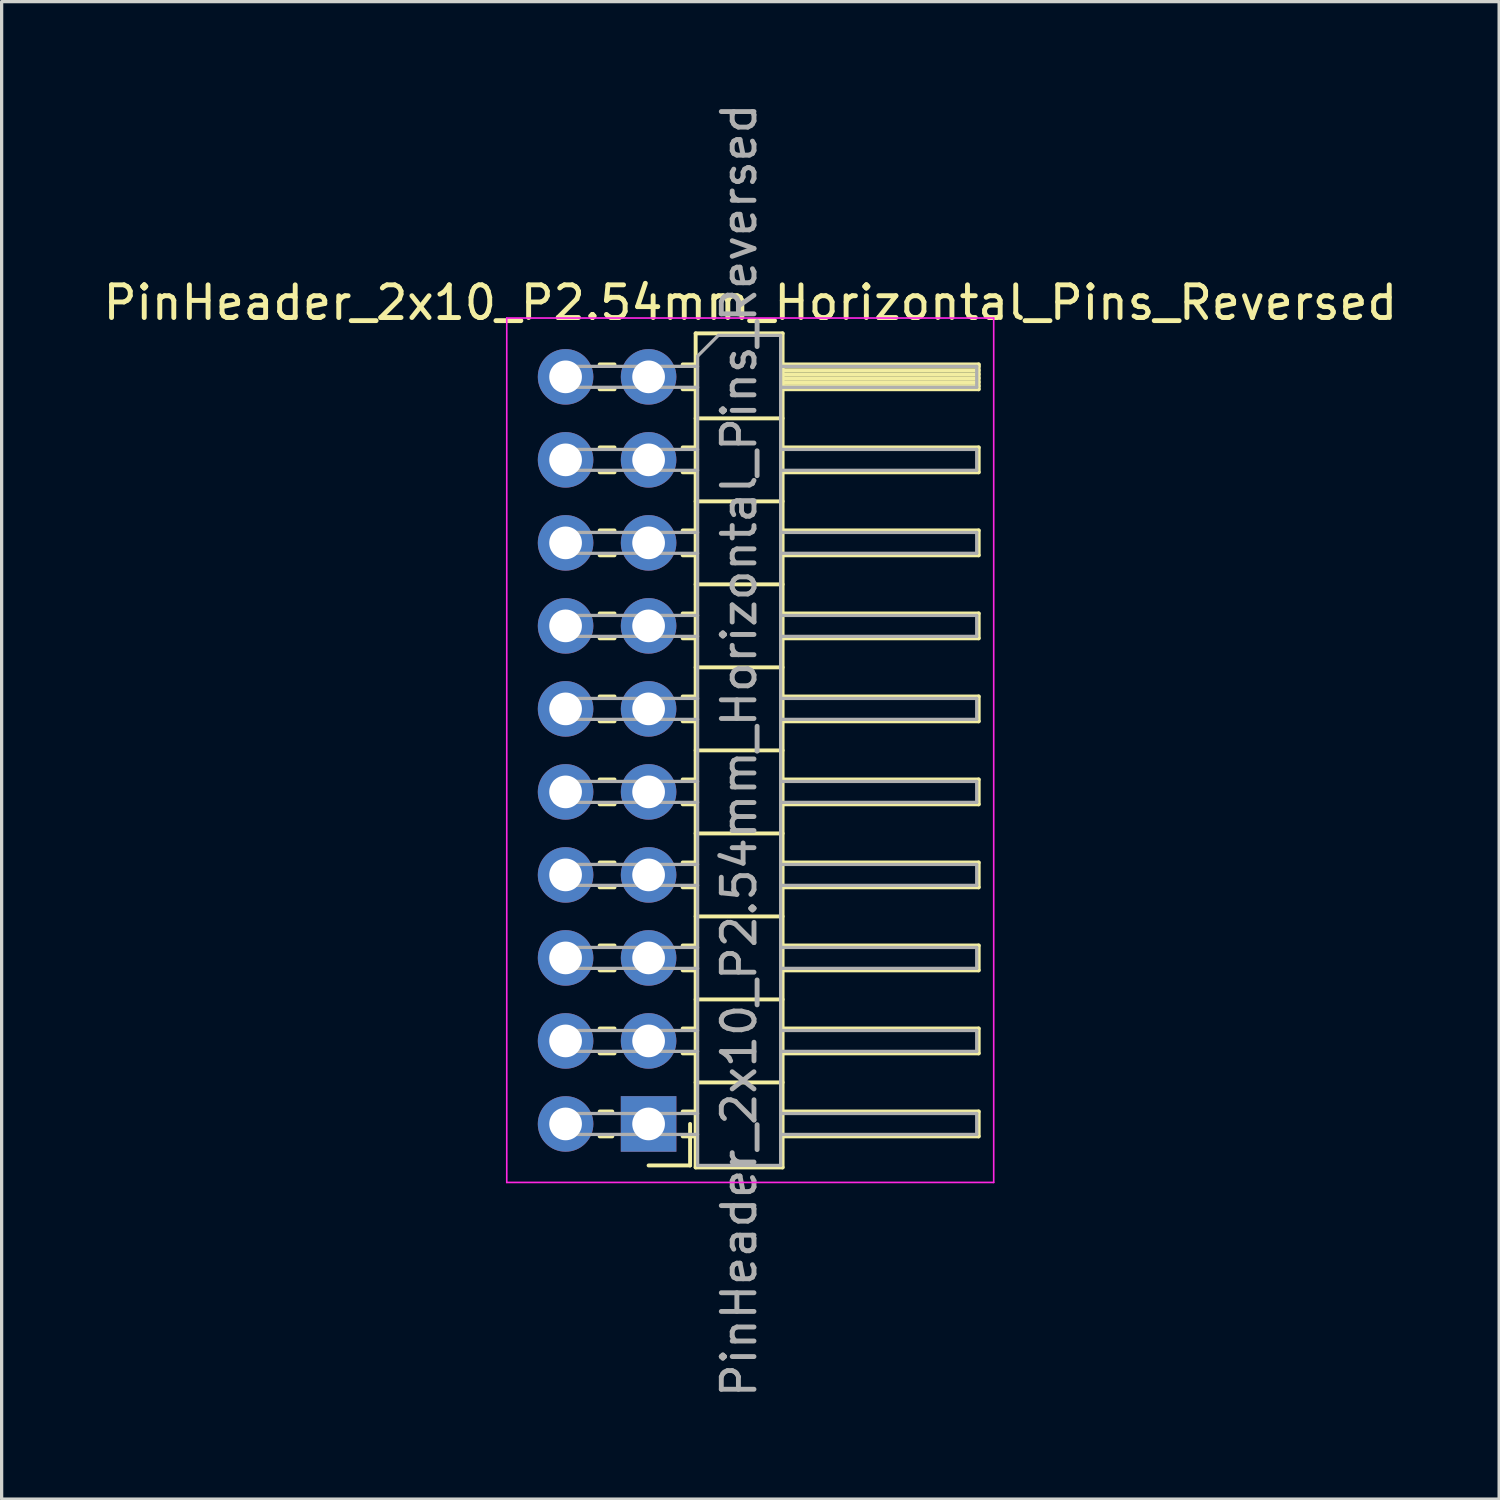
<source format=kicad_pcb>
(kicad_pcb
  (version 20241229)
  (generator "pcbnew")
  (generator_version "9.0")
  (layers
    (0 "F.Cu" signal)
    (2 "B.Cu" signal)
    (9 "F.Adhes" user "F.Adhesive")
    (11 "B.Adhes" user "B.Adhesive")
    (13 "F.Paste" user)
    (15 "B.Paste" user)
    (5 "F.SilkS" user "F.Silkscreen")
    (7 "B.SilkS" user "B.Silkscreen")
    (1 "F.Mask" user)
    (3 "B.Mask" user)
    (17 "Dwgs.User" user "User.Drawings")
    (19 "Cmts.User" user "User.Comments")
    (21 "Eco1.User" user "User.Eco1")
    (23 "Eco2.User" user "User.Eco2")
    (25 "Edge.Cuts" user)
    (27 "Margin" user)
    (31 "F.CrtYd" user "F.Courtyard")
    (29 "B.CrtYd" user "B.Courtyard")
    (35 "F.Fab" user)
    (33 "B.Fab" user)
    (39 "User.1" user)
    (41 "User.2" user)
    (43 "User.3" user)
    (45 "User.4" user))
  (footprint "PinHeader_2x10_P2.54mm_Horizontal_Pins_Reversed"
    (layer "F.Cu")
    (at 14.256 8.481)
    (property "Reference" "PinHeader_2x10_P2.54mm_Horizontal_Pins_Reversed" (at 5.655 -2.27 0) (layer "F.SilkS") (effects (font (size 1 1) (thickness 0.15))))
    (attr through_hole)
    (fp_line (start 1.43 22.48) (end 1.043 22.48) (stroke (width 0.12) (type solid)) (layer "F.SilkS"))
    (fp_line (start 1.43 23.24) (end 1.043 23.24) (stroke (width 0.12) (type solid)) (layer "F.SilkS"))
    (fp_line (start 1.497 -0.38) (end 1.043 -0.38) (stroke (width 0.12) (type solid)) (layer "F.SilkS"))
    (fp_line (start 1.497 0.38) (end 1.043 0.38) (stroke (width 0.12) (type solid)) (layer "F.SilkS"))
    (fp_line (start 1.497 2.16) (end 1.043 2.16) (stroke (width 0.12) (type solid)) (layer "F.SilkS"))
    (fp_line (start 1.497 2.92) (end 1.043 2.92) (stroke (width 0.12) (type solid)) (layer "F.SilkS"))
    (fp_line (start 1.497 4.7) (end 1.043 4.7) (stroke (width 0.12) (type solid)) (layer "F.SilkS"))
    (fp_line (start 1.497 5.46) (end 1.043 5.46) (stroke (width 0.12) (type solid)) (layer "F.SilkS"))
    (fp_line (start 1.497 7.24) (end 1.043 7.24) (stroke (width 0.12) (type solid)) (layer "F.SilkS"))
    (fp_line (start 1.497 8) (end 1.043 8) (stroke (width 0.12) (type solid)) (layer "F.SilkS"))
    (fp_line (start 1.497 9.78) (end 1.043 9.78) (stroke (width 0.12) (type solid)) (layer "F.SilkS"))
    (fp_line (start 1.497 10.54) (end 1.043 10.54) (stroke (width 0.12) (type solid)) (layer "F.SilkS"))
    (fp_line (start 1.497 12.32) (end 1.043 12.32) (stroke (width 0.12) (type solid)) (layer "F.SilkS"))
    (fp_line (start 1.497 13.08) (end 1.043 13.08) (stroke (width 0.12) (type solid)) (layer "F.SilkS"))
    (fp_line (start 1.497 14.86) (end 1.043 14.86) (stroke (width 0.12) (type solid)) (layer "F.SilkS"))
    (fp_line (start 1.497 15.62) (end 1.043 15.62) (stroke (width 0.12) (type solid)) (layer "F.SilkS"))
    (fp_line (start 1.497 17.4) (end 1.043 17.4) (stroke (width 0.12) (type solid)) (layer "F.SilkS"))
    (fp_line (start 1.497 18.16) (end 1.043 18.16) (stroke (width 0.12) (type solid)) (layer "F.SilkS"))
    (fp_line (start 1.497 19.94) (end 1.043 19.94) (stroke (width 0.12) (type solid)) (layer "F.SilkS"))
    (fp_line (start 1.497 20.7) (end 1.043 20.7) (stroke (width 0.12) (type solid)) (layer "F.SilkS"))
    (fp_line (start 3.583 -0.38) (end 3.98 -0.38) (stroke (width 0.12) (type solid)) (layer "F.SilkS"))
    (fp_line (start 3.583 0.38) (end 3.98 0.38) (stroke (width 0.12) (type solid)) (layer "F.SilkS"))
    (fp_line (start 3.583 2.16) (end 3.98 2.16) (stroke (width 0.12) (type solid)) (layer "F.SilkS"))
    (fp_line (start 3.583 2.92) (end 3.98 2.92) (stroke (width 0.12) (type solid)) (layer "F.SilkS"))
    (fp_line (start 3.583 4.7) (end 3.98 4.7) (stroke (width 0.12) (type solid)) (layer "F.SilkS"))
    (fp_line (start 3.583 5.46) (end 3.98 5.46) (stroke (width 0.12) (type solid)) (layer "F.SilkS"))
    (fp_line (start 3.583 7.24) (end 3.98 7.24) (stroke (width 0.12) (type solid)) (layer "F.SilkS"))
    (fp_line (start 3.583 8) (end 3.98 8) (stroke (width 0.12) (type solid)) (layer "F.SilkS"))
    (fp_line (start 3.583 9.78) (end 3.98 9.78) (stroke (width 0.12) (type solid)) (layer "F.SilkS"))
    (fp_line (start 3.583 10.54) (end 3.98 10.54) (stroke (width 0.12) (type solid)) (layer "F.SilkS"))
    (fp_line (start 3.583 12.32) (end 3.98 12.32) (stroke (width 0.12) (type solid)) (layer "F.SilkS"))
    (fp_line (start 3.583 13.08) (end 3.98 13.08) (stroke (width 0.12) (type solid)) (layer "F.SilkS"))
    (fp_line (start 3.583 14.86) (end 3.98 14.86) (stroke (width 0.12) (type solid)) (layer "F.SilkS"))
    (fp_line (start 3.583 15.62) (end 3.98 15.62) (stroke (width 0.12) (type solid)) (layer "F.SilkS"))
    (fp_line (start 3.583 17.4) (end 3.98 17.4) (stroke (width 0.12) (type solid)) (layer "F.SilkS"))
    (fp_line (start 3.583 18.16) (end 3.98 18.16) (stroke (width 0.12) (type solid)) (layer "F.SilkS"))
    (fp_line (start 3.583 19.94) (end 3.98 19.94) (stroke (width 0.12) (type solid)) (layer "F.SilkS"))
    (fp_line (start 3.583 20.7) (end 3.98 20.7) (stroke (width 0.12) (type solid)) (layer "F.SilkS"))
    (fp_line (start 3.583 22.48) (end 3.98 22.48) (stroke (width 0.12) (type solid)) (layer "F.SilkS"))
    (fp_line (start 3.583 23.24) (end 3.98 23.24) (stroke (width 0.12) (type solid)) (layer "F.SilkS"))
    (fp_line (start 3.81 22.86) (end 3.81 24.13) (stroke (width 0.12) (type solid)) (layer "F.SilkS"))
    (fp_line (start 3.81 24.13) (end 2.54 24.13) (stroke (width 0.12) (type solid)) (layer "F.SilkS"))
    (fp_line (start 3.98 -1.33) (end 3.98 24.19) (stroke (width 0.12) (type solid)) (layer "F.SilkS"))
    (fp_line (start 3.98 1.27) (end 6.64 1.27) (stroke (width 0.12) (type solid)) (layer "F.SilkS"))
    (fp_line (start 3.98 3.81) (end 6.64 3.81) (stroke (width 0.12) (type solid)) (layer "F.SilkS"))
    (fp_line (start 3.98 6.35) (end 6.64 6.35) (stroke (width 0.12) (type solid)) (layer "F.SilkS"))
    (fp_line (start 3.98 8.89) (end 6.64 8.89) (stroke (width 0.12) (type solid)) (layer "F.SilkS"))
    (fp_line (start 3.98 11.43) (end 6.64 11.43) (stroke (width 0.12) (type solid)) (layer "F.SilkS"))
    (fp_line (start 3.98 13.97) (end 6.64 13.97) (stroke (width 0.12) (type solid)) (layer "F.SilkS"))
    (fp_line (start 3.98 16.51) (end 6.64 16.51) (stroke (width 0.12) (type solid)) (layer "F.SilkS"))
    (fp_line (start 3.98 19.05) (end 6.64 19.05) (stroke (width 0.12) (type solid)) (layer "F.SilkS"))
    (fp_line (start 3.98 21.59) (end 6.64 21.59) (stroke (width 0.12) (type solid)) (layer "F.SilkS"))
    (fp_line (start 3.98 24.19) (end 6.64 24.19) (stroke (width 0.12) (type solid)) (layer "F.SilkS"))
    (fp_line (start 6.64 -1.33) (end 3.98 -1.33) (stroke (width 0.12) (type solid)) (layer "F.SilkS"))
    (fp_line (start 6.64 -0.38) (end 12.64 -0.38) (stroke (width 0.12) (type solid)) (layer "F.SilkS"))
    (fp_line (start 6.64 -0.32) (end 12.64 -0.32) (stroke (width 0.12) (type solid)) (layer "F.SilkS"))
    (fp_line (start 6.64 -0.2) (end 12.64 -0.2) (stroke (width 0.12) (type solid)) (layer "F.SilkS"))
    (fp_line (start 6.64 -0.08) (end 12.64 -0.08) (stroke (width 0.12) (type solid)) (layer "F.SilkS"))
    (fp_line (start 6.64 0.04) (end 12.64 0.04) (stroke (width 0.12) (type solid)) (layer "F.SilkS"))
    (fp_line (start 6.64 0.16) (end 12.64 0.16) (stroke (width 0.12) (type solid)) (layer "F.SilkS"))
    (fp_line (start 6.64 0.28) (end 12.64 0.28) (stroke (width 0.12) (type solid)) (layer "F.SilkS"))
    (fp_line (start 6.64 2.16) (end 12.64 2.16) (stroke (width 0.12) (type solid)) (layer "F.SilkS"))
    (fp_line (start 6.64 4.7) (end 12.64 4.7) (stroke (width 0.12) (type solid)) (layer "F.SilkS"))
    (fp_line (start 6.64 7.24) (end 12.64 7.24) (stroke (width 0.12) (type solid)) (layer "F.SilkS"))
    (fp_line (start 6.64 9.78) (end 12.64 9.78) (stroke (width 0.12) (type solid)) (layer "F.SilkS"))
    (fp_line (start 6.64 12.32) (end 12.64 12.32) (stroke (width 0.12) (type solid)) (layer "F.SilkS"))
    (fp_line (start 6.64 14.86) (end 12.64 14.86) (stroke (width 0.12) (type solid)) (layer "F.SilkS"))
    (fp_line (start 6.64 17.4) (end 12.64 17.4) (stroke (width 0.12) (type solid)) (layer "F.SilkS"))
    (fp_line (start 6.64 19.94) (end 12.64 19.94) (stroke (width 0.12) (type solid)) (layer "F.SilkS"))
    (fp_line (start 6.64 22.48) (end 12.64 22.48) (stroke (width 0.12) (type solid)) (layer "F.SilkS"))
    (fp_line (start 6.64 24.19) (end 6.64 -1.33) (stroke (width 0.12) (type solid)) (layer "F.SilkS"))
    (fp_line (start 12.64 -0.38) (end 12.64 0.38) (stroke (width 0.12) (type solid)) (layer "F.SilkS"))
    (fp_line (start 12.64 0.38) (end 6.64 0.38) (stroke (width 0.12) (type solid)) (layer "F.SilkS"))
    (fp_line (start 12.64 2.16) (end 12.64 2.92) (stroke (width 0.12) (type solid)) (layer "F.SilkS"))
    (fp_line (start 12.64 2.92) (end 6.64 2.92) (stroke (width 0.12) (type solid)) (layer "F.SilkS"))
    (fp_line (start 12.64 4.7) (end 12.64 5.46) (stroke (width 0.12) (type solid)) (layer "F.SilkS"))
    (fp_line (start 12.64 5.46) (end 6.64 5.46) (stroke (width 0.12) (type solid)) (layer "F.SilkS"))
    (fp_line (start 12.64 7.24) (end 12.64 8) (stroke (width 0.12) (type solid)) (layer "F.SilkS"))
    (fp_line (start 12.64 8) (end 6.64 8) (stroke (width 0.12) (type solid)) (layer "F.SilkS"))
    (fp_line (start 12.64 9.78) (end 12.64 10.54) (stroke (width 0.12) (type solid)) (layer "F.SilkS"))
    (fp_line (start 12.64 10.54) (end 6.64 10.54) (stroke (width 0.12) (type solid)) (layer "F.SilkS"))
    (fp_line (start 12.64 12.32) (end 12.64 13.08) (stroke (width 0.12) (type solid)) (layer "F.SilkS"))
    (fp_line (start 12.64 13.08) (end 6.64 13.08) (stroke (width 0.12) (type solid)) (layer "F.SilkS"))
    (fp_line (start 12.64 14.86) (end 12.64 15.62) (stroke (width 0.12) (type solid)) (layer "F.SilkS"))
    (fp_line (start 12.64 15.62) (end 6.64 15.62) (stroke (width 0.12) (type solid)) (layer "F.SilkS"))
    (fp_line (start 12.64 17.4) (end 12.64 18.16) (stroke (width 0.12) (type solid)) (layer "F.SilkS"))
    (fp_line (start 12.64 18.16) (end 6.64 18.16) (stroke (width 0.12) (type solid)) (layer "F.SilkS"))
    (fp_line (start 12.64 19.94) (end 12.64 20.7) (stroke (width 0.12) (type solid)) (layer "F.SilkS"))
    (fp_line (start 12.64 20.7) (end 6.64 20.7) (stroke (width 0.12) (type solid)) (layer "F.SilkS"))
    (fp_line (start 12.64 22.48) (end 12.64 23.24) (stroke (width 0.12) (type solid)) (layer "F.SilkS"))
    (fp_line (start 12.64 23.24) (end 6.64 23.24) (stroke (width 0.12) (type solid)) (layer "F.SilkS"))
    (fp_line (start -1.8 -1.8) (end -1.8 24.65) (stroke (width 0.05) (type solid)) (layer "F.CrtYd"))
    (fp_line (start -1.8 24.65) (end 13.1 24.65) (stroke (width 0.05) (type solid)) (layer "F.CrtYd"))
    (fp_line (start 13.1 -1.8) (end -1.8 -1.8) (stroke (width 0.05) (type solid)) (layer "F.CrtYd"))
    (fp_line (start 13.1 24.65) (end 13.1 -1.8) (stroke (width 0.05) (type solid)) (layer "F.CrtYd"))
    (fp_line (start -0.32 -0.32) (end 4.04 -0.32) (stroke (width 0.1) (type solid)) (layer "F.Fab"))
    (fp_line (start -0.32 0.32) (end 4.04 0.32) (stroke (width 0.1) (type solid)) (layer "F.Fab"))
    (fp_line (start -0.32 2.22) (end 4.04 2.22) (stroke (width 0.1) (type solid)) (layer "F.Fab"))
    (fp_line (start -0.32 2.86) (end 4.04 2.86) (stroke (width 0.1) (type solid)) (layer "F.Fab"))
    (fp_line (start -0.32 4.76) (end 4.04 4.76) (stroke (width 0.1) (type solid)) (layer "F.Fab"))
    (fp_line (start -0.32 5.4) (end 4.04 5.4) (stroke (width 0.1) (type solid)) (layer "F.Fab"))
    (fp_line (start -0.32 7.3) (end 4.04 7.3) (stroke (width 0.1) (type solid)) (layer "F.Fab"))
    (fp_line (start -0.32 7.94) (end 4.04 7.94) (stroke (width 0.1) (type solid)) (layer "F.Fab"))
    (fp_line (start -0.32 9.84) (end 4.04 9.84) (stroke (width 0.1) (type solid)) (layer "F.Fab"))
    (fp_line (start -0.32 10.48) (end 4.04 10.48) (stroke (width 0.1) (type solid)) (layer "F.Fab"))
    (fp_line (start -0.32 12.38) (end 4.04 12.38) (stroke (width 0.1) (type solid)) (layer "F.Fab"))
    (fp_line (start -0.32 13.02) (end 4.04 13.02) (stroke (width 0.1) (type solid)) (layer "F.Fab"))
    (fp_line (start -0.32 14.92) (end 4.04 14.92) (stroke (width 0.1) (type solid)) (layer "F.Fab"))
    (fp_line (start -0.32 15.56) (end 4.04 15.56) (stroke (width 0.1) (type solid)) (layer "F.Fab"))
    (fp_line (start -0.32 17.46) (end 4.04 17.46) (stroke (width 0.1) (type solid)) (layer "F.Fab"))
    (fp_line (start -0.32 18.1) (end 4.04 18.1) (stroke (width 0.1) (type solid)) (layer "F.Fab"))
    (fp_line (start -0.32 20) (end 4.04 20) (stroke (width 0.1) (type solid)) (layer "F.Fab"))
    (fp_line (start -0.32 20.64) (end 4.04 20.64) (stroke (width 0.1) (type solid)) (layer "F.Fab"))
    (fp_line (start -0.32 22.54) (end 4.04 22.54) (stroke (width 0.1) (type solid)) (layer "F.Fab"))
    (fp_line (start -0.32 23.18) (end 4.04 23.18) (stroke (width 0.1) (type solid)) (layer "F.Fab"))
    (fp_line (start 2.86 0.32) (end 2.86 -0.32) (stroke (width 0.1) (type solid)) (layer "F.Fab"))
    (fp_line (start 2.86 2.86) (end 2.86 2.22) (stroke (width 0.1) (type solid)) (layer "F.Fab"))
    (fp_line (start 2.86 5.4) (end 2.86 4.76) (stroke (width 0.1) (type solid)) (layer "F.Fab"))
    (fp_line (start 2.86 7.94) (end 2.86 7.3) (stroke (width 0.1) (type solid)) (layer "F.Fab"))
    (fp_line (start 2.86 10.48) (end 2.86 9.84) (stroke (width 0.1) (type solid)) (layer "F.Fab"))
    (fp_line (start 2.86 13.02) (end 2.86 12.38) (stroke (width 0.1) (type solid)) (layer "F.Fab"))
    (fp_line (start 2.86 15.56) (end 2.86 14.92) (stroke (width 0.1) (type solid)) (layer "F.Fab"))
    (fp_line (start 2.86 18.1) (end 2.86 17.46) (stroke (width 0.1) (type solid)) (layer "F.Fab"))
    (fp_line (start 2.86 20.64) (end 2.86 20) (stroke (width 0.1) (type solid)) (layer "F.Fab"))
    (fp_line (start 2.86 23.18) (end 2.86 22.54) (stroke (width 0.1) (type solid)) (layer "F.Fab"))
    (fp_line (start 4.04 -0.635) (end 4.675 -1.27) (stroke (width 0.1) (type solid)) (layer "F.Fab"))
    (fp_line (start 4.04 24.13) (end 4.04 -0.635) (stroke (width 0.1) (type solid)) (layer "F.Fab"))
    (fp_line (start 4.675 -1.27) (end 6.58 -1.27) (stroke (width 0.1) (type solid)) (layer "F.Fab"))
    (fp_line (start 6.58 -1.27) (end 6.58 24.13) (stroke (width 0.1) (type solid)) (layer "F.Fab"))
    (fp_line (start 6.58 -0.32) (end 12.58 -0.32) (stroke (width 0.1) (type solid)) (layer "F.Fab"))
    (fp_line (start 6.58 0.32) (end 12.58 0.32) (stroke (width 0.1) (type solid)) (layer "F.Fab"))
    (fp_line (start 6.58 2.22) (end 12.58 2.22) (stroke (width 0.1) (type solid)) (layer "F.Fab"))
    (fp_line (start 6.58 2.86) (end 12.58 2.86) (stroke (width 0.1) (type solid)) (layer "F.Fab"))
    (fp_line (start 6.58 4.76) (end 12.58 4.76) (stroke (width 0.1) (type solid)) (layer "F.Fab"))
    (fp_line (start 6.58 5.4) (end 12.58 5.4) (stroke (width 0.1) (type solid)) (layer "F.Fab"))
    (fp_line (start 6.58 7.3) (end 12.58 7.3) (stroke (width 0.1) (type solid)) (layer "F.Fab"))
    (fp_line (start 6.58 7.94) (end 12.58 7.94) (stroke (width 0.1) (type solid)) (layer "F.Fab"))
    (fp_line (start 6.58 9.84) (end 12.58 9.84) (stroke (width 0.1) (type solid)) (layer "F.Fab"))
    (fp_line (start 6.58 10.48) (end 12.58 10.48) (stroke (width 0.1) (type solid)) (layer "F.Fab"))
    (fp_line (start 6.58 12.38) (end 12.58 12.38) (stroke (width 0.1) (type solid)) (layer "F.Fab"))
    (fp_line (start 6.58 13.02) (end 12.58 13.02) (stroke (width 0.1) (type solid)) (layer "F.Fab"))
    (fp_line (start 6.58 14.92) (end 12.58 14.92) (stroke (width 0.1) (type solid)) (layer "F.Fab"))
    (fp_line (start 6.58 15.56) (end 12.58 15.56) (stroke (width 0.1) (type solid)) (layer "F.Fab"))
    (fp_line (start 6.58 17.46) (end 12.58 17.46) (stroke (width 0.1) (type solid)) (layer "F.Fab"))
    (fp_line (start 6.58 18.1) (end 12.58 18.1) (stroke (width 0.1) (type solid)) (layer "F.Fab"))
    (fp_line (start 6.58 20) (end 12.58 20) (stroke (width 0.1) (type solid)) (layer "F.Fab"))
    (fp_line (start 6.58 20.64) (end 12.58 20.64) (stroke (width 0.1) (type solid)) (layer "F.Fab"))
    (fp_line (start 6.58 22.54) (end 12.58 22.54) (stroke (width 0.1) (type solid)) (layer "F.Fab"))
    (fp_line (start 6.58 23.18) (end 12.58 23.18) (stroke (width 0.1) (type solid)) (layer "F.Fab"))
    (fp_line (start 6.58 24.13) (end 4.04 24.13) (stroke (width 0.1) (type solid)) (layer "F.Fab"))
    (fp_line (start 12.58 -0.32) (end 12.58 0.32) (stroke (width 0.1) (type solid)) (layer "F.Fab"))
    (fp_line (start 12.58 2.22) (end 12.58 2.86) (stroke (width 0.1) (type solid)) (layer "F.Fab"))
    (fp_line (start 12.58 4.76) (end 12.58 5.4) (stroke (width 0.1) (type solid)) (layer "F.Fab"))
    (fp_line (start 12.58 7.3) (end 12.58 7.94) (stroke (width 0.1) (type solid)) (layer "F.Fab"))
    (fp_line (start 12.58 9.84) (end 12.58 10.48) (stroke (width 0.1) (type solid)) (layer "F.Fab"))
    (fp_line (start 12.58 12.38) (end 12.58 13.02) (stroke (width 0.1) (type solid)) (layer "F.Fab"))
    (fp_line (start 12.58 14.92) (end 12.58 15.56) (stroke (width 0.1) (type solid)) (layer "F.Fab"))
    (fp_line (start 12.58 17.46) (end 12.58 18.1) (stroke (width 0.1) (type solid)) (layer "F.Fab"))
    (fp_line (start 12.58 20) (end 12.58 20.64) (stroke (width 0.1) (type solid)) (layer "F.Fab"))
    (fp_line (start 12.58 22.54) (end 12.58 23.18) (stroke (width 0.1) (type solid)) (layer "F.Fab"))
    (fp_text user "${REFERENCE}" (at 5.31 11.43 90) (layer "F.Fab") (effects (font (size 1 1) (thickness 0.15))))
    (pad "1" thru_hole rect (at 2.54 22.86 180) (size 1.7 1.7) (drill 1) (layers "*.Cu" "*.Mask"))
    (pad "2" thru_hole oval (at 0 22.86 180) (size 1.7 1.7) (drill 1) (layers "*.Cu" "*.Mask"))
    (pad "3" thru_hole oval (at 2.54 20.32 180) (size 1.7 1.7) (drill 1) (layers "*.Cu" "*.Mask"))
    (pad "4" thru_hole oval (at 0 20.32 180) (size 1.7 1.7) (drill 1) (layers "*.Cu" "*.Mask"))
    (pad "5" thru_hole oval (at 2.54 17.78 180) (size 1.7 1.7) (drill 1) (layers "*.Cu" "*.Mask"))
    (pad "6" thru_hole oval (at 0 17.78 180) (size 1.7 1.7) (drill 1) (layers "*.Cu" "*.Mask"))
    (pad "7" thru_hole oval (at 2.54 15.24 180) (size 1.7 1.7) (drill 1) (layers "*.Cu" "*.Mask"))
    (pad "8" thru_hole oval (at 0 15.24 180) (size 1.7 1.7) (drill 1) (layers "*.Cu" "*.Mask"))
    (pad "9" thru_hole oval (at 2.54 12.7 180) (size 1.7 1.7) (drill 1) (layers "*.Cu" "*.Mask"))
    (pad "10" thru_hole oval (at 0 12.7 180) (size 1.7 1.7) (drill 1) (layers "*.Cu" "*.Mask"))
    (pad "11" thru_hole oval (at 2.54 10.16 180) (size 1.7 1.7) (drill 1) (layers "*.Cu" "*.Mask"))
    (pad "12" thru_hole oval (at 0 10.16 180) (size 1.7 1.7) (drill 1) (layers "*.Cu" "*.Mask"))
    (pad "13" thru_hole oval (at 2.54 7.62 180) (size 1.7 1.7) (drill 1) (layers "*.Cu" "*.Mask"))
    (pad "14" thru_hole oval (at 0 7.62 180) (size 1.7 1.7) (drill 1) (layers "*.Cu" "*.Mask"))
    (pad "15" thru_hole oval (at 2.54 5.08 180) (size 1.7 1.7) (drill 1) (layers "*.Cu" "*.Mask"))
    (pad "16" thru_hole oval (at 0 5.08 180) (size 1.7 1.7) (drill 1) (layers "*.Cu" "*.Mask"))
    (pad "17" thru_hole oval (at 2.54 2.54 180) (size 1.7 1.7) (drill 1) (layers "*.Cu" "*.Mask"))
    (pad "18" thru_hole oval (at 0 2.54 180) (size 1.7 1.7) (drill 1) (layers "*.Cu" "*.Mask"))
    (pad "19" thru_hole oval (at 2.54 0 180) (size 1.7 1.7) (drill 1) (layers "*.Cu" "*.Mask"))
    (pad "20" thru_hole oval (at 0 0 180) (size 1.7 1.7) (drill 1) (layers "*.Cu" "*.Mask")))
  (gr_rect
    (start -3 -3)
    (end 42.821 42.821)
    (stroke (width 0.1) (type default))
    (fill no)
    (layer "Edge.Cuts")))
</source>
